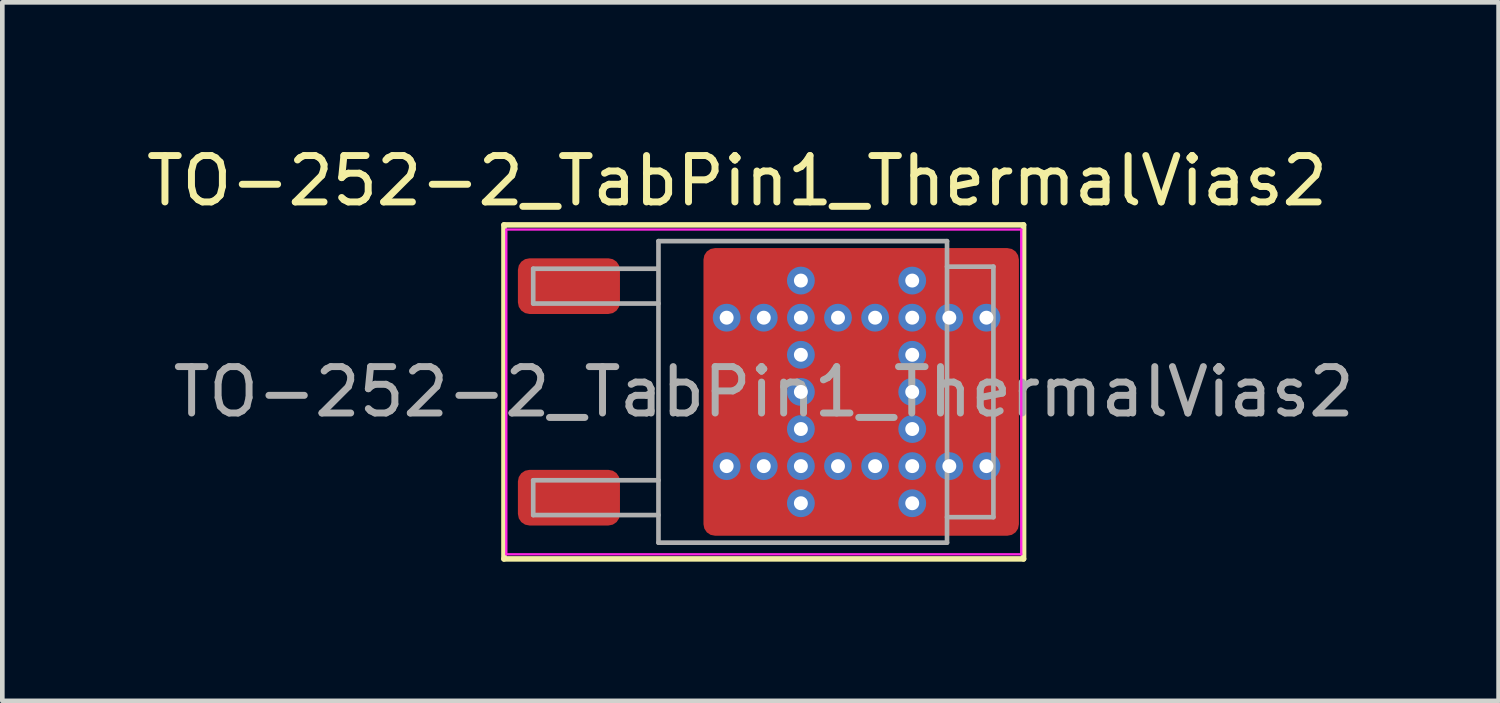
<source format=kicad_pcb>
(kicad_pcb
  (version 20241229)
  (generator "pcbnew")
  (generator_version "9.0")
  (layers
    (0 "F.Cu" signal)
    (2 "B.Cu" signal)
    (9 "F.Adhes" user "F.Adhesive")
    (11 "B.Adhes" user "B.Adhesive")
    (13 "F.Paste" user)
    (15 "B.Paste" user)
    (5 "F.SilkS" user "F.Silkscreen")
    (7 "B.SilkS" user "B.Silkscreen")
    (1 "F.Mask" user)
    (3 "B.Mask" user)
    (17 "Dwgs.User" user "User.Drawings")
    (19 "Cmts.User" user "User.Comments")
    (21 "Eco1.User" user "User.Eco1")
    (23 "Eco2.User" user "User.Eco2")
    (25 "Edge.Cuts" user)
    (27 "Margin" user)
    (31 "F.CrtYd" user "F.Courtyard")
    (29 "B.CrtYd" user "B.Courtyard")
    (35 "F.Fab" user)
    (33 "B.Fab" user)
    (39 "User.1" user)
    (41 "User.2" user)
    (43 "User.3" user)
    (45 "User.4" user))
  (footprint "TO-252-2_TabPin1_ThermalVias2"
    (layer "F.Cu")
    (at 13.414 5.398)
    (property "Reference" "TO-252-2_TabPin1_ThermalVias2" (at -0.575 -4.55 0) (layer "F.SilkS") (effects (font (size 1 1) (thickness 0.15))))
    (attr smd)
    (fp_line (start -5.6 -3.6) (end -5.6 3.6) (stroke (width 0.12) (type solid)) (layer "F.SilkS"))
    (fp_line (start -5.6 3.6) (end 5.6 3.6) (stroke (width 0.12) (type solid)) (layer "F.SilkS"))
    (fp_line (start 5.6 -3.6) (end -5.6 -3.6) (stroke (width 0.12) (type solid)) (layer "F.SilkS"))
    (fp_line (start 5.6 3.6) (end 5.6 -3.6) (stroke (width 0.12) (type solid)) (layer "F.SilkS"))
    (fp_line (start -5.55 -3.5) (end -5.55 3.5) (stroke (width 0.05) (type solid)) (layer "F.CrtYd"))
    (fp_line (start 5.55 -3.5) (end -5.55 -3.5) (stroke (width 0.05) (type solid)) (layer "F.CrtYd"))
    (fp_line (start 5.55 3.5) (end -5.55 3.5) (stroke (width 0.05) (type solid)) (layer "F.CrtYd"))
    (fp_line (start 5.55 3.5) (end 5.55 -3.5) (stroke (width 0.05) (type solid)) (layer "F.CrtYd"))
    (fp_line (start -4.97 -2.655) (end -4.97 -1.905) (stroke (width 0.1) (type solid)) (layer "F.Fab"))
    (fp_line (start -4.97 -1.905) (end -2.27 -1.905) (stroke (width 0.1) (type solid)) (layer "F.Fab"))
    (fp_line (start -4.97 1.905) (end -4.97 2.655) (stroke (width 0.1) (type solid)) (layer "F.Fab"))
    (fp_line (start -4.97 2.655) (end -2.27 2.655) (stroke (width 0.1) (type solid)) (layer "F.Fab"))
    (fp_line (start -2.3 -2.655) (end -4.97 -2.655) (stroke (width 0.1) (type solid)) (layer "F.Fab"))
    (fp_line (start -2.27 -3.25) (end 3.95 -3.25) (stroke (width 0.1) (type solid)) (layer "F.Fab"))
    (fp_line (start -2.27 1.905) (end -4.97 1.905) (stroke (width 0.1) (type solid)) (layer "F.Fab"))
    (fp_line (start -2.27 3.25) (end -2.27 -3.25) (stroke (width 0.1) (type solid)) (layer "F.Fab"))
    (fp_line (start 3.95 -3.25) (end 3.95 3.25) (stroke (width 0.1) (type solid)) (layer "F.Fab"))
    (fp_line (start 3.95 -2.7) (end 4.95 -2.7) (stroke (width 0.1) (type solid)) (layer "F.Fab"))
    (fp_line (start 3.95 3.25) (end -2.27 3.25) (stroke (width 0.1) (type solid)) (layer "F.Fab"))
    (fp_line (start 4.95 -2.7) (end 4.95 2.7) (stroke (width 0.1) (type solid)) (layer "F.Fab"))
    (fp_line (start 4.95 2.7) (end 3.95 2.7) (stroke (width 0.1) (type solid)) (layer "F.Fab"))
    (fp_text user "${REFERENCE}" (at 0 0 0) (layer "F.Fab") (effects (font (size 1 1) (thickness 0.15))))
    (pad "" smd roundrect (at -0.7 -2.4) (size 0.6 0.8) (layers "F.Paste") (roundrect_rratio 0.25))
    (pad "" smd roundrect (at -0.7 -0.875) (size 0.6 0.65) (layers "F.Paste") (roundrect_rratio 0.25))
    (pad "" smd roundrect (at -0.7 0) (size 0.6 0.7) (layers "F.Paste") (roundrect_rratio 0.25))
    (pad "" smd roundrect (at -0.7 0.875) (size 0.6 0.65) (layers "F.Paste") (roundrect_rratio 0.25))
    (pad "" smd roundrect (at -0.7 2.4) (size 0.6 0.8) (layers "F.Paste") (roundrect_rratio 0.25))
    (pad "" smd roundrect (at -0.3 -2.4 90) (size 1 1.6) (layers "F.Mask") (roundrect_rratio 0.25))
    (pad "" smd roundrect (at -0.3 0 90) (size 2.6 1.6) (layers "F.Mask") (roundrect_rratio 0.156))
    (pad "" smd roundrect (at -0.3 2.4 90) (size 1 1.6) (layers "F.Mask") (roundrect_rratio 0.25))
    (pad "" smd roundrect (at 0.1 -2.4) (size 0.6 0.8) (layers "F.Paste") (roundrect_rratio 0.25))
    (pad "" smd roundrect (at 0.1 -0.875) (size 0.6 0.65) (layers "F.Paste") (roundrect_rratio 0.25))
    (pad "" smd roundrect (at 0.1 0) (size 0.6 0.7) (layers "F.Paste") (roundrect_rratio 0.25))
    (pad "" smd roundrect (at 0.1 0.875) (size 0.6 0.65) (layers "F.Paste") (roundrect_rratio 0.25))
    (pad "" smd roundrect (at 0.1 2.4) (size 0.6 0.8) (layers "F.Paste") (roundrect_rratio 0.25))
    (pad "" smd roundrect (at 1.575 -2.4) (size 0.65 0.8) (layers "F.Paste") (roundrect_rratio 0.25))
    (pad "" smd roundrect (at 1.575 -0.875) (size 0.65 0.65) (layers "F.Paste") (roundrect_rratio 0.25))
    (pad "" smd roundrect (at 1.575 0) (size 0.65 0.7) (layers "F.Paste") (roundrect_rratio 0.25))
    (pad "" smd roundrect (at 1.575 0.875) (size 0.65 0.65) (layers "F.Paste") (roundrect_rratio 0.25))
    (pad "" smd roundrect (at 1.575 2.4) (size 0.65 0.8) (layers "F.Paste") (roundrect_rratio 0.25))
    (pad "" smd roundrect (at 2 -2.4 90) (size 1 1.8) (layers "F.Mask") (roundrect_rratio 0.25))
    (pad "" smd roundrect (at 2 0 90) (size 2.6 1.8) (layers "F.Mask") (roundrect_rratio 0.139))
    (pad "" smd roundrect (at 2 2.4 90) (size 1 1.8) (layers "F.Mask") (roundrect_rratio 0.25))
    (pad "" smd roundrect (at 2.425 -2.4) (size 0.65 0.8) (layers "F.Paste") (roundrect_rratio 0.25))
    (pad "" smd roundrect (at 2.425 -0.875) (size 0.65 0.65) (layers "F.Paste") (roundrect_rratio 0.25))
    (pad "" smd roundrect (at 2.425 0) (size 0.65 0.7) (layers "F.Paste") (roundrect_rratio 0.25))
    (pad "" smd roundrect (at 2.425 0.875) (size 0.65 0.65) (layers "F.Paste") (roundrect_rratio 0.25))
    (pad "" smd roundrect (at 2.425 2.4) (size 0.65 0.8) (layers "F.Paste") (roundrect_rratio 0.25))
    (pad "" smd roundrect (at 3.975 -2.4) (size 0.65 0.8) (layers "F.Paste") (roundrect_rratio 0.25))
    (pad "" smd roundrect (at 3.975 -0.875) (size 0.65 0.65) (layers "F.Paste") (roundrect_rratio 0.25))
    (pad "" smd roundrect (at 3.975 0) (size 0.65 0.7) (layers "F.Paste") (roundrect_rratio 0.25))
    (pad "" smd roundrect (at 3.975 0.875) (size 0.65 0.65) (layers "F.Paste") (roundrect_rratio 0.25))
    (pad "" smd roundrect (at 3.975 2.4) (size 0.65 0.8) (layers "F.Paste") (roundrect_rratio 0.25))
    (pad "" smd roundrect (at 4.4 -2.4 90) (size 1 1.8) (layers "F.Mask") (roundrect_rratio 0.25))
    (pad "" smd roundrect (at 4.4 0 90) (size 2.6 1.8) (layers "F.Mask") (roundrect_rratio 0.139))
    (pad "" smd roundrect (at 4.4 2.4 90) (size 1 1.8) (layers "F.Mask") (roundrect_rratio 0.25))
    (pad "" smd roundrect (at 4.825 -2.4) (size 0.65 0.8) (layers "F.Paste") (roundrect_rratio 0.25))
    (pad "" smd roundrect (at 4.825 -0.875) (size 0.65 0.65) (layers "F.Paste") (roundrect_rratio 0.25))
    (pad "" smd roundrect (at 4.825 0) (size 0.65 0.7) (layers "F.Paste") (roundrect_rratio 0.25))
    (pad "" smd roundrect (at 4.825 0.875) (size 0.65 0.65) (layers "F.Paste") (roundrect_rratio 0.25))
    (pad "" smd roundrect (at 4.825 2.4) (size 0.65 0.8) (layers "F.Paste") (roundrect_rratio 0.25))
    (pad "1" smd roundrect (at -4.2 -2.28) (size 2.2 1.2) (layers "F.Cu" "F.Mask" "F.Paste") (roundrect_rratio 0.208))
    (pad "1" thru_hole circle (at -0.8 -1.6) (size 0.6 0.6) (drill 0.3) (property pad_prop_heatsink) (layers "*.Cu" "*.Mask"))
    (pad "1" thru_hole circle (at -0.8 1.6) (size 0.6 0.6) (drill 0.3) (property pad_prop_heatsink) (layers "*.Cu" "*.Mask"))
    (pad "1" thru_hole circle (at 0 -1.6) (size 0.6 0.6) (drill 0.3) (property pad_prop_heatsink) (layers "*.Cu" "*.Mask"))
    (pad "1" thru_hole circle (at 0 1.6) (size 0.6 0.6) (drill 0.3) (property pad_prop_heatsink) (layers "*.Cu" "*.Mask"))
    (pad "1" thru_hole circle (at 0.8 -2.4) (size 0.6 0.6) (drill 0.3) (property pad_prop_heatsink) (layers "*.Cu" "*.Mask"))
    (pad "1" thru_hole circle (at 0.8 -1.6) (size 0.6 0.6) (drill 0.3) (property pad_prop_heatsink) (layers "*.Cu" "*.Mask"))
    (pad "1" thru_hole circle (at 0.8 -0.8) (size 0.6 0.6) (drill 0.3) (property pad_prop_heatsink) (layers "*.Cu" "*.Mask"))
    (pad "1" thru_hole circle (at 0.8 0) (size 0.6 0.6) (drill 0.3) (property pad_prop_heatsink) (layers "*.Cu" "*.Mask"))
    (pad "1" thru_hole circle (at 0.8 0.8) (size 0.6 0.6) (drill 0.3) (property pad_prop_heatsink) (layers "*.Cu" "*.Mask"))
    (pad "1" thru_hole circle (at 0.8 1.6) (size 0.6 0.6) (drill 0.3) (property pad_prop_heatsink) (layers "*.Cu" "*.Mask"))
    (pad "1" thru_hole circle (at 0.8 2.4) (size 0.6 0.6) (drill 0.3) (property pad_prop_heatsink) (layers "*.Cu" "*.Mask"))
    (pad "1" thru_hole circle (at 1.6 -1.6) (size 0.6 0.6) (drill 0.3) (property pad_prop_heatsink) (layers "*.Cu" "*.Mask"))
    (pad "1" thru_hole circle (at 1.6 1.6) (size 0.6 0.6) (drill 0.3) (property pad_prop_heatsink) (layers "*.Cu" "*.Mask"))
    (pad "1" smd roundrect (at 2.1 0) (size 6.8 6.2) (layers "F.Cu") (roundrect_rratio 0.04))
    (pad "1" thru_hole circle (at 2.4 -1.6) (size 0.6 0.6) (drill 0.3) (property pad_prop_heatsink) (layers "*.Cu" "*.Mask"))
    (pad "1" thru_hole circle (at 2.4 1.6) (size 0.6 0.6) (drill 0.3) (property pad_prop_heatsink) (layers "*.Cu" "*.Mask"))
    (pad "1" thru_hole circle (at 3.2 -2.4) (size 0.6 0.6) (drill 0.3) (property pad_prop_heatsink) (layers "*.Cu" "*.Mask"))
    (pad "1" thru_hole circle (at 3.2 -1.6) (size 0.6 0.6) (drill 0.3) (property pad_prop_heatsink) (layers "*.Cu" "*.Mask"))
    (pad "1" thru_hole circle (at 3.2 -0.8) (size 0.6 0.6) (drill 0.3) (property pad_prop_heatsink) (layers "*.Cu" "*.Mask"))
    (pad "1" thru_hole circle (at 3.2 0) (size 0.6 0.6) (drill 0.3) (property pad_prop_heatsink) (layers "*.Cu" "*.Mask"))
    (pad "1" thru_hole circle (at 3.2 0.8) (size 0.6 0.6) (drill 0.3) (property pad_prop_heatsink) (layers "*.Cu" "*.Mask"))
    (pad "1" thru_hole circle (at 3.2 1.6) (size 0.6 0.6) (drill 0.3) (property pad_prop_heatsink) (layers "*.Cu" "*.Mask"))
    (pad "1" thru_hole circle (at 3.2 2.4) (size 0.6 0.6) (drill 0.3) (property pad_prop_heatsink) (layers "*.Cu" "*.Mask"))
    (pad "1" thru_hole circle (at 4 -1.6) (size 0.6 0.6) (drill 0.3) (property pad_prop_heatsink) (layers "*.Cu" "*.Mask"))
    (pad "1" thru_hole circle (at 4 1.6) (size 0.6 0.6) (drill 0.3) (property pad_prop_heatsink) (layers "*.Cu" "*.Mask"))
    (pad "1" thru_hole circle (at 4.8 -1.6) (size 0.6 0.6) (drill 0.3) (property pad_prop_heatsink) (layers "*.Cu" "*.Mask"))
    (pad "1" thru_hole circle (at 4.8 1.6) (size 0.6 0.6) (drill 0.3) (property pad_prop_heatsink) (layers "*.Cu" "*.Mask"))
    (pad "2" smd roundrect (at -4.2 2.28) (size 2.2 1.2) (layers "F.Cu" "F.Mask" "F.Paste") (roundrect_rratio 0.208)))
  (gr_rect
    (start -3 -3)
    (end 29.254 12.058)
    (stroke (width 0.1) (type default))
    (fill no)
    (layer "Edge.Cuts")))
</source>
